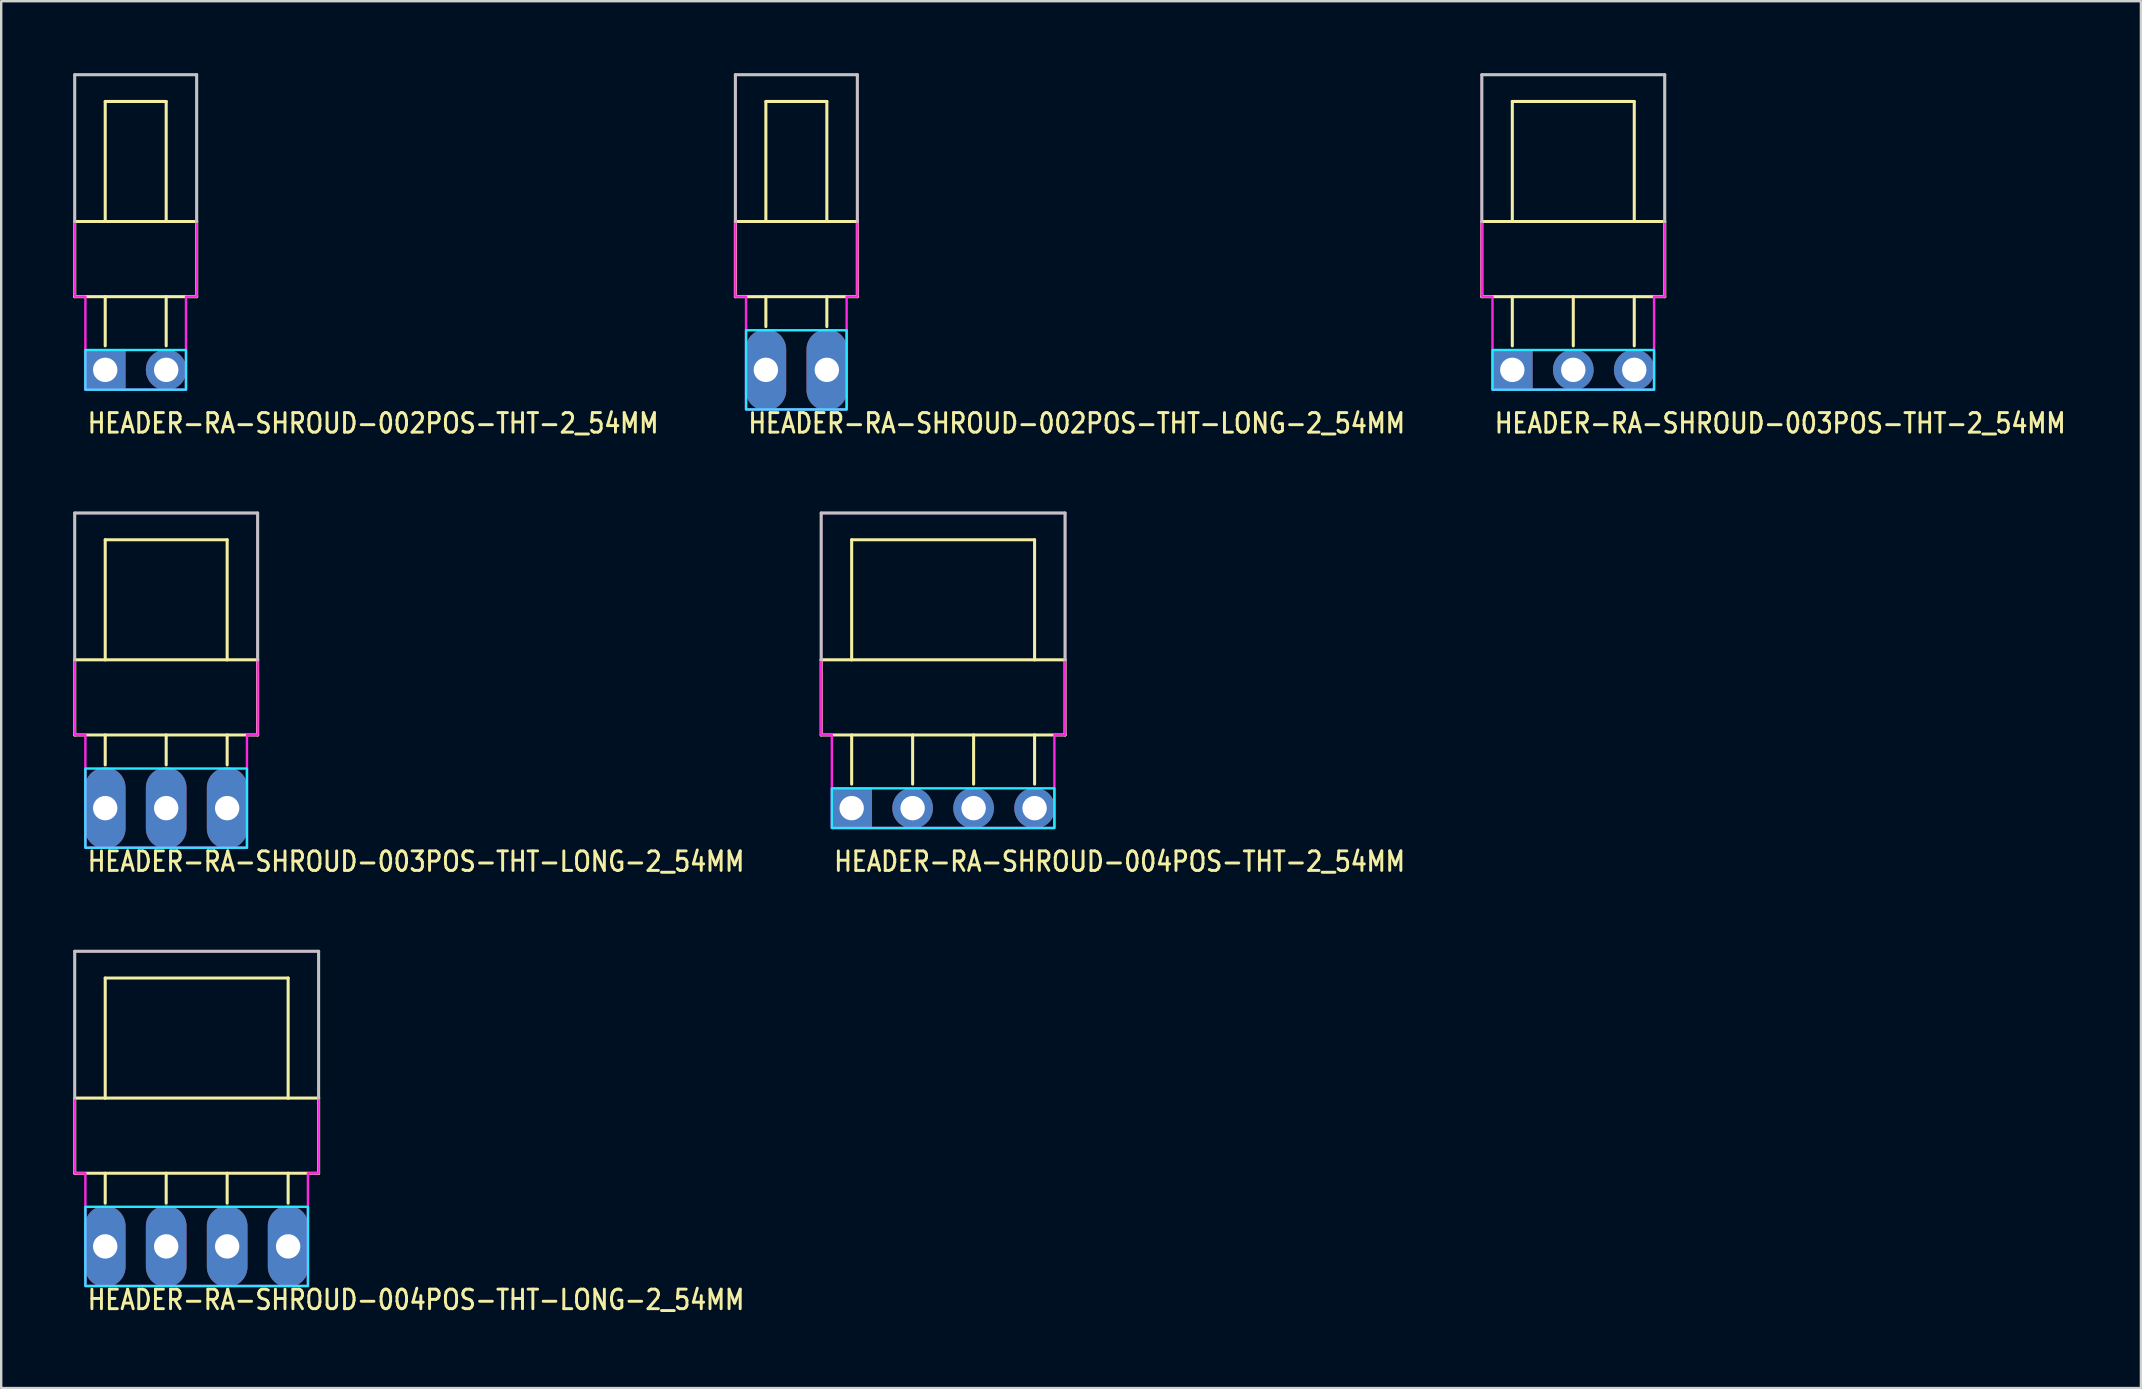
<source format=kicad_pcb>
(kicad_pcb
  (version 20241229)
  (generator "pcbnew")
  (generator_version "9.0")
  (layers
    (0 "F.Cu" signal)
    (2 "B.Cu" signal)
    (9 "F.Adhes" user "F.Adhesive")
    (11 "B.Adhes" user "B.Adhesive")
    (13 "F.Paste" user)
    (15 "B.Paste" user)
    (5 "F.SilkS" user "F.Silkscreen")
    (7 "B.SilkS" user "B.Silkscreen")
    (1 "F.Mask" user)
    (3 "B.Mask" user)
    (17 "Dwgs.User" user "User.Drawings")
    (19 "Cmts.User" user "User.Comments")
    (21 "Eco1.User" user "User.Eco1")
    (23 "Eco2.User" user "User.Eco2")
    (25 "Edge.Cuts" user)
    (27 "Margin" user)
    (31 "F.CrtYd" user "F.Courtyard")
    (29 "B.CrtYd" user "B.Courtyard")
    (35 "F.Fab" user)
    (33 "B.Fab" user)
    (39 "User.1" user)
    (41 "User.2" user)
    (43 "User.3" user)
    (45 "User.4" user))
  (footprint "HEADER-RA-SHROUD-002POS-THT-2_54MM"
    (layer "F.Cu")
    (at 1.333 12.357)
    (property "Reference" "HEADER-RA-SHROUD-002POS-THT-2_54MM" (at -0.8 2.7 0) (unlocked yes) (layer "F.SilkS") (effects (font (size 0.813 0.695) (thickness 0.122)) (justify left bottom)))
    (fp_line (start -1.27 -6.18) (end -1.27 -3.048) (stroke (width 0.127) (type solid)) (layer "F.SilkS"))
    (fp_line (start -1.27 -3.048) (end 3.81 -3.048) (stroke (width 0.127) (type solid)) (layer "F.SilkS"))
    (fp_line (start 0 -11.18) (end 0 -6.18) (stroke (width 0.127) (type solid)) (layer "F.SilkS"))
    (fp_line (start 0 -6.18) (end -1.27 -6.18) (stroke (width 0.127) (type solid)) (layer "F.SilkS"))
    (fp_line (start 0 -1) (end 0 -3.048) (stroke (width 0.127) (type solid)) (layer "F.SilkS"))
    (fp_line (start 2.54 -11.18) (end 0 -11.18) (stroke (width 0.127) (type solid)) (layer "F.SilkS"))
    (fp_line (start 2.54 -6.18) (end 0 -6.18) (stroke (width 0.127) (type solid)) (layer "F.SilkS"))
    (fp_line (start 2.54 -6.18) (end 2.54 -11.18) (stroke (width 0.127) (type solid)) (layer "F.SilkS"))
    (fp_line (start 2.54 -1) (end 2.54 -3.048) (stroke (width 0.127) (type solid)) (layer "F.SilkS"))
    (fp_line (start 3.81 -6.18) (end 2.54 -6.18) (stroke (width 0.127) (type solid)) (layer "F.SilkS"))
    (fp_line (start 3.81 -3.048) (end 3.81 -6.18) (stroke (width 0.127) (type solid)) (layer "F.SilkS"))
    (fp_line (start -1.27 -12.294) (end 3.81 -12.294) (stroke (width 0.127) (type solid)) (layer "Dwgs.User"))
    (fp_line (start -1.27 -6.18) (end -1.27 -12.294) (stroke (width 0.127) (type solid)) (layer "Dwgs.User"))
    (fp_line (start 3.81 -12.294) (end 3.81 -6.18) (stroke (width 0.127) (type solid)) (layer "Dwgs.User"))
    (fp_poly (pts (xy -0.826 -0.826) (xy -0.826 0.826) (xy 3.365 0.826) (xy 3.365 -0.826)) (stroke (width 0.1) (type solid)) (fill no) (layer "B.CrtYd"))
    (fp_poly (pts (xy -1.27 -12.294) (xy -1.27 -3.048) (xy -0.826 -3.048) (xy -0.826 0.826) (xy 3.365 0.826) (xy 3.365 -3.048) (xy 3.81 -3.048) (xy 3.81 -12.294)) (stroke (width 0.1) (type solid)) (fill no) (layer "F.CrtYd"))
    (pad "1" thru_hole rect (at 0 0) (size 1.693 1.693) (drill 1.016) (layers "*.Cu" "*.Mask"))
    (pad "2" thru_hole oval (at 2.54 0) (size 1.693 1.693) (drill 1.016) (layers "*.Cu" "*.Mask")))
  (footprint "HEADER-RA-SHROUD-003POS-THT-2_54MM"
    (layer "F.Cu")
    (at 59.949 12.357)
    (property "Reference" "HEADER-RA-SHROUD-003POS-THT-2_54MM" (at -0.8 2.7 0) (unlocked yes) (layer "F.SilkS") (effects (font (size 0.813 0.695) (thickness 0.122)) (justify left bottom)))
    (fp_line (start -1.27 -6.18) (end -1.27 -3.048) (stroke (width 0.127) (type solid)) (layer "F.SilkS"))
    (fp_line (start -1.27 -3.048) (end 6.35 -3.048) (stroke (width 0.127) (type solid)) (layer "F.SilkS"))
    (fp_line (start 0 -11.18) (end 0 -6.18) (stroke (width 0.127) (type solid)) (layer "F.SilkS"))
    (fp_line (start 0 -6.18) (end -1.27 -6.18) (stroke (width 0.127) (type solid)) (layer "F.SilkS"))
    (fp_line (start 0 -1) (end 0 -3.048) (stroke (width 0.127) (type solid)) (layer "F.SilkS"))
    (fp_line (start 2.54 -1) (end 2.54 -3.048) (stroke (width 0.127) (type solid)) (layer "F.SilkS"))
    (fp_line (start 5.08 -11.18) (end 0 -11.18) (stroke (width 0.127) (type solid)) (layer "F.SilkS"))
    (fp_line (start 5.08 -6.18) (end 0 -6.18) (stroke (width 0.127) (type solid)) (layer "F.SilkS"))
    (fp_line (start 5.08 -6.18) (end 5.08 -11.18) (stroke (width 0.127) (type solid)) (layer "F.SilkS"))
    (fp_line (start 5.08 -1) (end 5.08 -3.048) (stroke (width 0.127) (type solid)) (layer "F.SilkS"))
    (fp_line (start 6.35 -6.18) (end 5.08 -6.18) (stroke (width 0.127) (type solid)) (layer "F.SilkS"))
    (fp_line (start 6.35 -3.048) (end 6.35 -6.18) (stroke (width 0.127) (type solid)) (layer "F.SilkS"))
    (fp_line (start -1.27 -12.294) (end 6.35 -12.294) (stroke (width 0.127) (type solid)) (layer "Dwgs.User"))
    (fp_line (start -1.27 -6.18) (end -1.27 -12.294) (stroke (width 0.127) (type solid)) (layer "Dwgs.User"))
    (fp_line (start 6.35 -12.294) (end 6.35 -6.18) (stroke (width 0.127) (type solid)) (layer "Dwgs.User"))
    (fp_poly (pts (xy -0.826 -0.826) (xy -0.826 0.826) (xy 5.905 0.826) (xy 5.905 -0.826)) (stroke (width 0.1) (type solid)) (fill no) (layer "B.CrtYd"))
    (fp_poly (pts (xy -1.27 -12.294) (xy -1.27 -3.048) (xy -0.826 -3.048) (xy -0.826 0.826) (xy 5.905 0.826) (xy 5.905 -3.048) (xy 6.35 -3.048) (xy 6.35 -12.294)) (stroke (width 0.1) (type solid)) (fill no) (layer "F.CrtYd"))
    (pad "1" thru_hole rect (at 0 0) (size 1.693 1.693) (drill 1.016) (layers "*.Cu" "*.Mask"))
    (pad "2" thru_hole oval (at 2.54 0) (size 1.693 1.693) (drill 1.016) (layers "*.Cu" "*.Mask"))
    (pad "3" thru_hole oval (at 5.08 0) (size 1.693 1.693) (drill 1.016) (layers "*.Cu" "*.Mask")))
  (footprint "HEADER-RA-SHROUD-004POS-THT-LONG-2_54MM"
    (layer "F.Cu")
    (at 1.333 48.872)
    (property "Reference" "HEADER-RA-SHROUD-004POS-THT-LONG-2_54MM" (at -0.8 2.7 0) (unlocked yes) (layer "F.SilkS") (effects (font (size 0.813 0.695) (thickness 0.122)) (justify left bottom)))
    (fp_line (start -1.27 -6.18) (end -1.27 -3.048) (stroke (width 0.127) (type solid)) (layer "F.SilkS"))
    (fp_line (start -1.27 -3.048) (end 8.89 -3.048) (stroke (width 0.127) (type solid)) (layer "F.SilkS"))
    (fp_line (start 0 -11.18) (end 0 -6.18) (stroke (width 0.127) (type solid)) (layer "F.SilkS"))
    (fp_line (start 0 -6.18) (end -1.27 -6.18) (stroke (width 0.127) (type solid)) (layer "F.SilkS"))
    (fp_line (start 0 -1.8) (end 0 -3.048) (stroke (width 0.127) (type solid)) (layer "F.SilkS"))
    (fp_line (start 2.54 -1.8) (end 2.54 -3.048) (stroke (width 0.127) (type solid)) (layer "F.SilkS"))
    (fp_line (start 5.08 -1.8) (end 5.08 -3.048) (stroke (width 0.127) (type solid)) (layer "F.SilkS"))
    (fp_line (start 7.62 -11.18) (end 0 -11.18) (stroke (width 0.127) (type solid)) (layer "F.SilkS"))
    (fp_line (start 7.62 -6.18) (end 0 -6.18) (stroke (width 0.127) (type solid)) (layer "F.SilkS"))
    (fp_line (start 7.62 -6.18) (end 7.62 -11.18) (stroke (width 0.127) (type solid)) (layer "F.SilkS"))
    (fp_line (start 7.62 -1.8) (end 7.62 -3.048) (stroke (width 0.127) (type solid)) (layer "F.SilkS"))
    (fp_line (start 8.89 -6.18) (end 7.62 -6.18) (stroke (width 0.127) (type solid)) (layer "F.SilkS"))
    (fp_line (start 8.89 -3.048) (end 8.89 -6.18) (stroke (width 0.127) (type solid)) (layer "F.SilkS"))
    (fp_line (start -1.27 -12.294) (end 8.89 -12.294) (stroke (width 0.127) (type solid)) (layer "Dwgs.User"))
    (fp_line (start -1.27 -6.18) (end -1.27 -12.294) (stroke (width 0.127) (type solid)) (layer "Dwgs.User"))
    (fp_line (start 8.89 -12.294) (end 8.89 -6.18) (stroke (width 0.127) (type solid)) (layer "Dwgs.User"))
    (fp_poly (pts (xy -0.826 -1.65) (xy -0.826 1.65) (xy 8.445 1.65) (xy 8.445 -1.65)) (stroke (width 0.1) (type solid)) (fill no) (layer "B.CrtYd"))
    (fp_poly (pts (xy -1.27 -12.294) (xy -1.27 -3.048) (xy -0.826 -3.048) (xy -0.826 1.65) (xy 8.445 1.65) (xy 8.445 -3.048) (xy 8.89 -3.048) (xy 8.89 -12.294)) (stroke (width 0.1) (type solid)) (fill no) (layer "F.CrtYd"))
    (pad "1" thru_hole oval (at 0 0 90) (size 3.387 1.693) (drill 1.016) (layers "*.Cu" "*.Mask"))
    (pad "2" thru_hole oval (at 2.54 0 90) (size 3.387 1.693) (drill 1.016) (layers "*.Cu" "*.Mask"))
    (pad "3" thru_hole oval (at 5.08 0 90) (size 3.387 1.693) (drill 1.016) (layers "*.Cu" "*.Mask"))
    (pad "4" thru_hole oval (at 7.62 0 90) (size 3.387 1.693) (drill 1.016) (layers "*.Cu" "*.Mask")))
  (footprint "HEADER-RA-SHROUD-003POS-THT-LONG-2_54MM"
    (layer "F.Cu")
    (at 1.333 30.615)
    (property "Reference" "HEADER-RA-SHROUD-003POS-THT-LONG-2_54MM" (at -0.8 2.7 0) (unlocked yes) (layer "F.SilkS") (effects (font (size 0.813 0.695) (thickness 0.122)) (justify left bottom)))
    (fp_line (start -1.27 -6.18) (end -1.27 -3.048) (stroke (width 0.127) (type solid)) (layer "F.SilkS"))
    (fp_line (start -1.27 -3.048) (end 6.35 -3.048) (stroke (width 0.127) (type solid)) (layer "F.SilkS"))
    (fp_line (start 0 -11.18) (end 0 -6.18) (stroke (width 0.127) (type solid)) (layer "F.SilkS"))
    (fp_line (start 0 -6.18) (end -1.27 -6.18) (stroke (width 0.127) (type solid)) (layer "F.SilkS"))
    (fp_line (start 0 -1.8) (end 0 -3.048) (stroke (width 0.127) (type solid)) (layer "F.SilkS"))
    (fp_line (start 2.54 -1.8) (end 2.54 -3.048) (stroke (width 0.127) (type solid)) (layer "F.SilkS"))
    (fp_line (start 5.08 -11.18) (end 0 -11.18) (stroke (width 0.127) (type solid)) (layer "F.SilkS"))
    (fp_line (start 5.08 -6.18) (end 0 -6.18) (stroke (width 0.127) (type solid)) (layer "F.SilkS"))
    (fp_line (start 5.08 -6.18) (end 5.08 -11.18) (stroke (width 0.127) (type solid)) (layer "F.SilkS"))
    (fp_line (start 5.08 -1.8) (end 5.08 -3.048) (stroke (width 0.127) (type solid)) (layer "F.SilkS"))
    (fp_line (start 6.35 -6.18) (end 5.08 -6.18) (stroke (width 0.127) (type solid)) (layer "F.SilkS"))
    (fp_line (start 6.35 -3.048) (end 6.35 -6.18) (stroke (width 0.127) (type solid)) (layer "F.SilkS"))
    (fp_line (start -1.27 -12.294) (end 6.35 -12.294) (stroke (width 0.127) (type solid)) (layer "Dwgs.User"))
    (fp_line (start -1.27 -6.18) (end -1.27 -12.294) (stroke (width 0.127) (type solid)) (layer "Dwgs.User"))
    (fp_line (start 6.35 -12.294) (end 6.35 -6.18) (stroke (width 0.127) (type solid)) (layer "Dwgs.User"))
    (fp_poly (pts (xy -0.826 -1.65) (xy -0.826 1.65) (xy 5.905 1.65) (xy 5.905 -1.65)) (stroke (width 0.1) (type solid)) (fill no) (layer "B.CrtYd"))
    (fp_poly (pts (xy -1.27 -12.294) (xy -1.27 -3.048) (xy -0.826 -3.048) (xy -0.826 1.65) (xy 5.905 1.65) (xy 5.905 -3.048) (xy 6.35 -3.048) (xy 6.35 -12.294)) (stroke (width 0.1) (type solid)) (fill no) (layer "F.CrtYd"))
    (pad "1" thru_hole oval (at 0 0 90) (size 3.387 1.693) (drill 1.016) (layers "*.Cu" "*.Mask"))
    (pad "2" thru_hole oval (at 2.54 0 90) (size 3.387 1.693) (drill 1.016) (layers "*.Cu" "*.Mask"))
    (pad "3" thru_hole oval (at 5.08 0 90) (size 3.387 1.693) (drill 1.016) (layers "*.Cu" "*.Mask")))
  (footprint "HEADER-RA-SHROUD-004POS-THT-2_54MM"
    (layer "F.Cu")
    (at 32.428 30.615)
    (property "Reference" "HEADER-RA-SHROUD-004POS-THT-2_54MM" (at -0.8 2.7 0) (unlocked yes) (layer "F.SilkS") (effects (font (size 0.813 0.695) (thickness 0.122)) (justify left bottom)))
    (fp_line (start -1.27 -6.18) (end -1.27 -3.048) (stroke (width 0.127) (type solid)) (layer "F.SilkS"))
    (fp_line (start -1.27 -3.048) (end 8.89 -3.048) (stroke (width 0.127) (type solid)) (layer "F.SilkS"))
    (fp_line (start 0 -11.18) (end 0 -6.18) (stroke (width 0.127) (type solid)) (layer "F.SilkS"))
    (fp_line (start 0 -6.18) (end -1.27 -6.18) (stroke (width 0.127) (type solid)) (layer "F.SilkS"))
    (fp_line (start 0 -1) (end 0 -3.048) (stroke (width 0.127) (type solid)) (layer "F.SilkS"))
    (fp_line (start 2.54 -1) (end 2.54 -3.048) (stroke (width 0.127) (type solid)) (layer "F.SilkS"))
    (fp_line (start 5.08 -1) (end 5.08 -3.048) (stroke (width 0.127) (type solid)) (layer "F.SilkS"))
    (fp_line (start 7.62 -11.18) (end 0 -11.18) (stroke (width 0.127) (type solid)) (layer "F.SilkS"))
    (fp_line (start 7.62 -6.18) (end 0 -6.18) (stroke (width 0.127) (type solid)) (layer "F.SilkS"))
    (fp_line (start 7.62 -6.18) (end 7.62 -11.18) (stroke (width 0.127) (type solid)) (layer "F.SilkS"))
    (fp_line (start 7.62 -1) (end 7.62 -3.048) (stroke (width 0.127) (type solid)) (layer "F.SilkS"))
    (fp_line (start 8.89 -6.18) (end 7.62 -6.18) (stroke (width 0.127) (type solid)) (layer "F.SilkS"))
    (fp_line (start 8.89 -3.048) (end 8.89 -6.18) (stroke (width 0.127) (type solid)) (layer "F.SilkS"))
    (fp_line (start -1.27 -12.294) (end 8.89 -12.294) (stroke (width 0.127) (type solid)) (layer "Dwgs.User"))
    (fp_line (start -1.27 -6.18) (end -1.27 -12.294) (stroke (width 0.127) (type solid)) (layer "Dwgs.User"))
    (fp_line (start 8.89 -12.294) (end 8.89 -6.18) (stroke (width 0.127) (type solid)) (layer "Dwgs.User"))
    (fp_poly (pts (xy -0.826 -0.826) (xy -0.826 0.826) (xy 8.445 0.826) (xy 8.445 -0.826)) (stroke (width 0.1) (type solid)) (fill no) (layer "B.CrtYd"))
    (fp_poly (pts (xy -1.27 -12.294) (xy -1.27 -3.048) (xy -0.826 -3.048) (xy -0.826 0.826) (xy 8.445 0.826) (xy 8.445 -3.048) (xy 8.89 -3.048) (xy 8.89 -12.294)) (stroke (width 0.1) (type solid)) (fill no) (layer "F.CrtYd"))
    (pad "1" thru_hole rect (at 0 0) (size 1.693 1.693) (drill 1.016) (layers "*.Cu" "*.Mask"))
    (pad "2" thru_hole oval (at 2.54 0) (size 1.693 1.693) (drill 1.016) (layers "*.Cu" "*.Mask"))
    (pad "3" thru_hole oval (at 5.08 0) (size 1.693 1.693) (drill 1.016) (layers "*.Cu" "*.Mask"))
    (pad "4" thru_hole oval (at 7.62 0) (size 1.693 1.693) (drill 1.016) (layers "*.Cu" "*.Mask")))
  (footprint "HEADER-RA-SHROUD-002POS-THT-LONG-2_54MM"
    (layer "F.Cu")
    (at 28.854 12.357)
    (property "Reference" "HEADER-RA-SHROUD-002POS-THT-LONG-2_54MM" (at -0.8 2.7 0) (unlocked yes) (layer "F.SilkS") (effects (font (size 0.813 0.695) (thickness 0.122)) (justify left bottom)))
    (fp_line (start -1.27 -6.18) (end -1.27 -3.048) (stroke (width 0.127) (type solid)) (layer "F.SilkS"))
    (fp_line (start -1.27 -3.048) (end 3.81 -3.048) (stroke (width 0.127) (type solid)) (layer "F.SilkS"))
    (fp_line (start 0 -11.18) (end 0 -6.18) (stroke (width 0.127) (type solid)) (layer "F.SilkS"))
    (fp_line (start 0 -6.18) (end -1.27 -6.18) (stroke (width 0.127) (type solid)) (layer "F.SilkS"))
    (fp_line (start 0 -1.8) (end 0 -3.048) (stroke (width 0.127) (type solid)) (layer "F.SilkS"))
    (fp_line (start 2.54 -11.18) (end 0 -11.18) (stroke (width 0.127) (type solid)) (layer "F.SilkS"))
    (fp_line (start 2.54 -6.18) (end 0 -6.18) (stroke (width 0.127) (type solid)) (layer "F.SilkS"))
    (fp_line (start 2.54 -6.18) (end 2.54 -11.18) (stroke (width 0.127) (type solid)) (layer "F.SilkS"))
    (fp_line (start 2.54 -1.8) (end 2.54 -3.048) (stroke (width 0.127) (type solid)) (layer "F.SilkS"))
    (fp_line (start 3.81 -6.18) (end 2.54 -6.18) (stroke (width 0.127) (type solid)) (layer "F.SilkS"))
    (fp_line (start 3.81 -3.048) (end 3.81 -6.18) (stroke (width 0.127) (type solid)) (layer "F.SilkS"))
    (fp_line (start -1.27 -12.294) (end 3.81 -12.294) (stroke (width 0.127) (type solid)) (layer "Dwgs.User"))
    (fp_line (start -1.27 -6.18) (end -1.27 -12.294) (stroke (width 0.127) (type solid)) (layer "Dwgs.User"))
    (fp_line (start 3.81 -12.294) (end 3.81 -6.18) (stroke (width 0.127) (type solid)) (layer "Dwgs.User"))
    (fp_poly (pts (xy -0.826 -1.65) (xy -0.826 1.65) (xy 3.365 1.65) (xy 3.365 -1.65)) (stroke (width 0.1) (type solid)) (fill no) (layer "B.CrtYd"))
    (fp_poly (pts (xy -1.27 -12.294) (xy -1.27 -3.048) (xy -0.826 -3.048) (xy -0.826 1.65) (xy 3.365 1.65) (xy 3.365 -3.048) (xy 3.81 -3.048) (xy 3.81 -12.294)) (stroke (width 0.1) (type solid)) (fill no) (layer "F.CrtYd"))
    (pad "1" thru_hole oval (at 0 0 90) (size 3.387 1.693) (drill 1.016) (layers "*.Cu" "*.Mask"))
    (pad "2" thru_hole oval (at 2.54 0 90) (size 3.387 1.693) (drill 1.016) (layers "*.Cu" "*.Mask")))
  (gr_rect
    (start -3 -3)
    (end 86.136 54.772)
    (stroke (width 0.1) (type default))
    (fill no)
    (layer "Edge.Cuts")))
</source>
